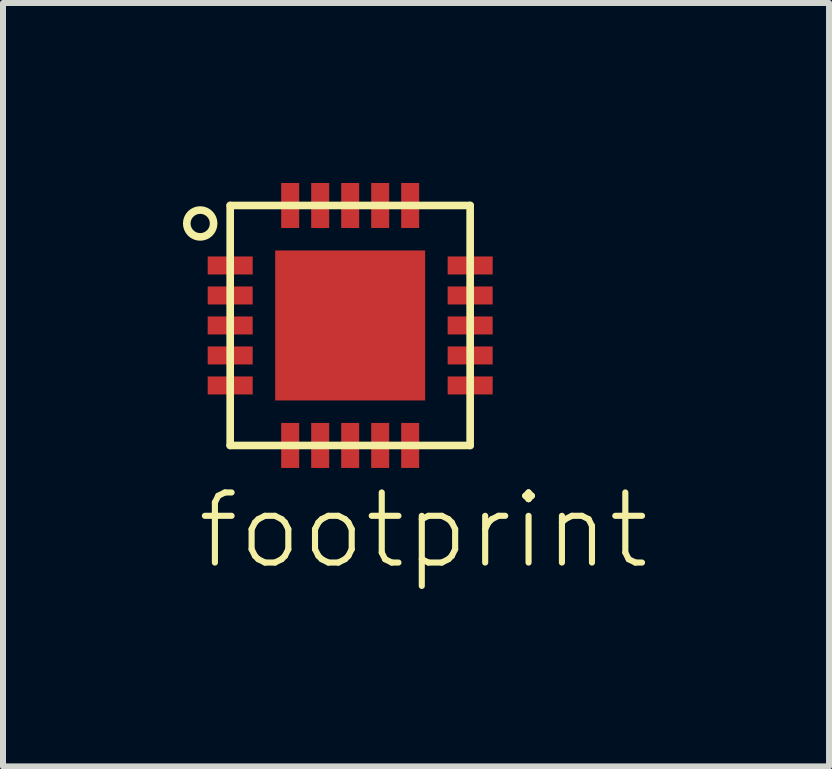
<source format=kicad_pcb>
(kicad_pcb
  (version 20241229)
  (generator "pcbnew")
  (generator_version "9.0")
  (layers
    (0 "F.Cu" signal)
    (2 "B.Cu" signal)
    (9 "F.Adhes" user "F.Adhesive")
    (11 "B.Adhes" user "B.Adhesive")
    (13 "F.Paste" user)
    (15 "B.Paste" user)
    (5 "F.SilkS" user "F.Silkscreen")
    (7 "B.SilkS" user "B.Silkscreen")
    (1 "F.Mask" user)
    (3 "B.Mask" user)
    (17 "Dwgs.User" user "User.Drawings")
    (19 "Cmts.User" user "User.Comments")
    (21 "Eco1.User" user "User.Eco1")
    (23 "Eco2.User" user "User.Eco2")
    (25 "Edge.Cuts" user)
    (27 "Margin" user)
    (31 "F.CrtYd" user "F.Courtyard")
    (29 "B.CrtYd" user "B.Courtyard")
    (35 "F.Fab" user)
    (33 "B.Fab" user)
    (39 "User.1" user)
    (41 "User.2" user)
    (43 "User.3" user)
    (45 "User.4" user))
  (footprint "footprint"
    (layer "F.Cu")
    (at 2.787 2.375)
    (property "Reference" "footprint" (at -2.6 4.1 0) (layer "F.SilkS") (effects (font (size 1.168 1.168) (thickness 0.102)) (justify left bottom)))
    (fp_poly (pts (xy -1.25 1.25) (xy 1.25 1.25) (xy 1.25 -1.25) (xy -1.25 -1.25)) (stroke (width 0) (type solid)) (fill yes) (layer "F.Cu"))
    (fp_poly (pts (xy -1.3 1.3) (xy 1.3 1.3) (xy 1.3 -1.3) (xy -1.3 -1.3)) (stroke (width 0) (type solid)) (fill yes) (layer "F.Mask"))
    (fp_line (start -2 -2) (end 2 -2) (stroke (width 0.127) (type solid)) (layer "F.SilkS"))
    (fp_line (start -2 2) (end -2 -2) (stroke (width 0.127) (type solid)) (layer "F.SilkS"))
    (fp_line (start 2 -2) (end 2 2) (stroke (width 0.127) (type solid)) (layer "F.SilkS"))
    (fp_line (start 2 2) (end -2 2) (stroke (width 0.127) (type solid)) (layer "F.SilkS"))
    (fp_circle (center -2.5 -1.7) (end -2.276 -1.7) (stroke (width 0.127) (type solid)) (fill no) (layer "F.SilkS"))
    (fp_poly (pts (xy -1.2 -0.4) (xy -0.4 -0.4) (xy -0.4 -1.2) (xy -1.2 -1.2)) (stroke (width 0) (type solid)) (fill yes) (layer "F.Paste"))
    (fp_poly (pts (xy -1.2 1.2) (xy -0.4 1.2) (xy -0.4 0.4) (xy -1.2 0.4)) (stroke (width 0) (type solid)) (fill yes) (layer "F.Paste"))
    (fp_poly (pts (xy 0.4 -0.4) (xy 1.2 -0.4) (xy 1.2 -1.2) (xy 0.4 -1.2)) (stroke (width 0) (type solid)) (fill yes) (layer "F.Paste"))
    (fp_poly (pts (xy 0.4 1.2) (xy 1.2 1.2) (xy 1.2 0.4) (xy 0.4 0.4)) (stroke (width 0) (type solid)) (fill yes) (layer "F.Paste"))
    (pad "1" smd rect (at -2 -1) (size 0.75 0.3) (layers "F.Cu" "F.Mask" "F.Paste"))
    (pad "2" smd rect (at -2 -0.5) (size 0.75 0.3) (layers "F.Cu" "F.Mask" "F.Paste"))
    (pad "3" smd rect (at -2 0) (size 0.75 0.3) (layers "F.Cu" "F.Mask" "F.Paste"))
    (pad "4" smd rect (at -2 0.5) (size 0.75 0.3) (layers "F.Cu" "F.Mask" "F.Paste"))
    (pad "5" smd rect (at -2 1) (size 0.75 0.3) (layers "F.Cu" "F.Mask" "F.Paste"))
    (pad "6" smd rect (at -1 2 90) (size 0.75 0.3) (layers "F.Cu" "F.Mask" "F.Paste"))
    (pad "7" smd rect (at -0.5 2 90) (size 0.75 0.3) (layers "F.Cu" "F.Mask" "F.Paste"))
    (pad "8" smd rect (at 0 2 90) (size 0.75 0.3) (layers "F.Cu" "F.Mask" "F.Paste"))
    (pad "9" smd rect (at 0.5 2 90) (size 0.75 0.3) (layers "F.Cu" "F.Mask" "F.Paste"))
    (pad "10" smd rect (at 1 2 90) (size 0.75 0.3) (layers "F.Cu" "F.Mask" "F.Paste"))
    (pad "11" smd rect (at 2 1 180) (size 0.75 0.3) (layers "F.Cu" "F.Mask" "F.Paste"))
    (pad "12" smd rect (at 2 0.5 180) (size 0.75 0.3) (layers "F.Cu" "F.Mask" "F.Paste"))
    (pad "13" smd rect (at 2 0 180) (size 0.75 0.3) (layers "F.Cu" "F.Mask" "F.Paste"))
    (pad "14" smd rect (at 2 -0.5 180) (size 0.75 0.3) (layers "F.Cu" "F.Mask" "F.Paste"))
    (pad "15" smd rect (at 2 -1 180) (size 0.75 0.3) (layers "F.Cu" "F.Mask" "F.Paste"))
    (pad "16" smd rect (at 1 -2 270) (size 0.75 0.3) (layers "F.Cu" "F.Mask" "F.Paste"))
    (pad "17" smd rect (at 0.5 -2 270) (size 0.75 0.3) (layers "F.Cu" "F.Mask" "F.Paste"))
    (pad "18" smd rect (at 0 -2 270) (size 0.75 0.3) (layers "F.Cu" "F.Mask" "F.Paste"))
    (pad "19" smd rect (at -0.5 -2 270) (size 0.75 0.3) (layers "F.Cu" "F.Mask" "F.Paste"))
    (pad "20" smd rect (at -1 -2 270) (size 0.75 0.3) (layers "F.Cu" "F.Mask" "F.Paste")))
  (gr_rect
    (start -3 -3)
    (end 10.769 9.725)
    (stroke (width 0.1) (type default))
    (fill no)
    (layer "Edge.Cuts")))
</source>
